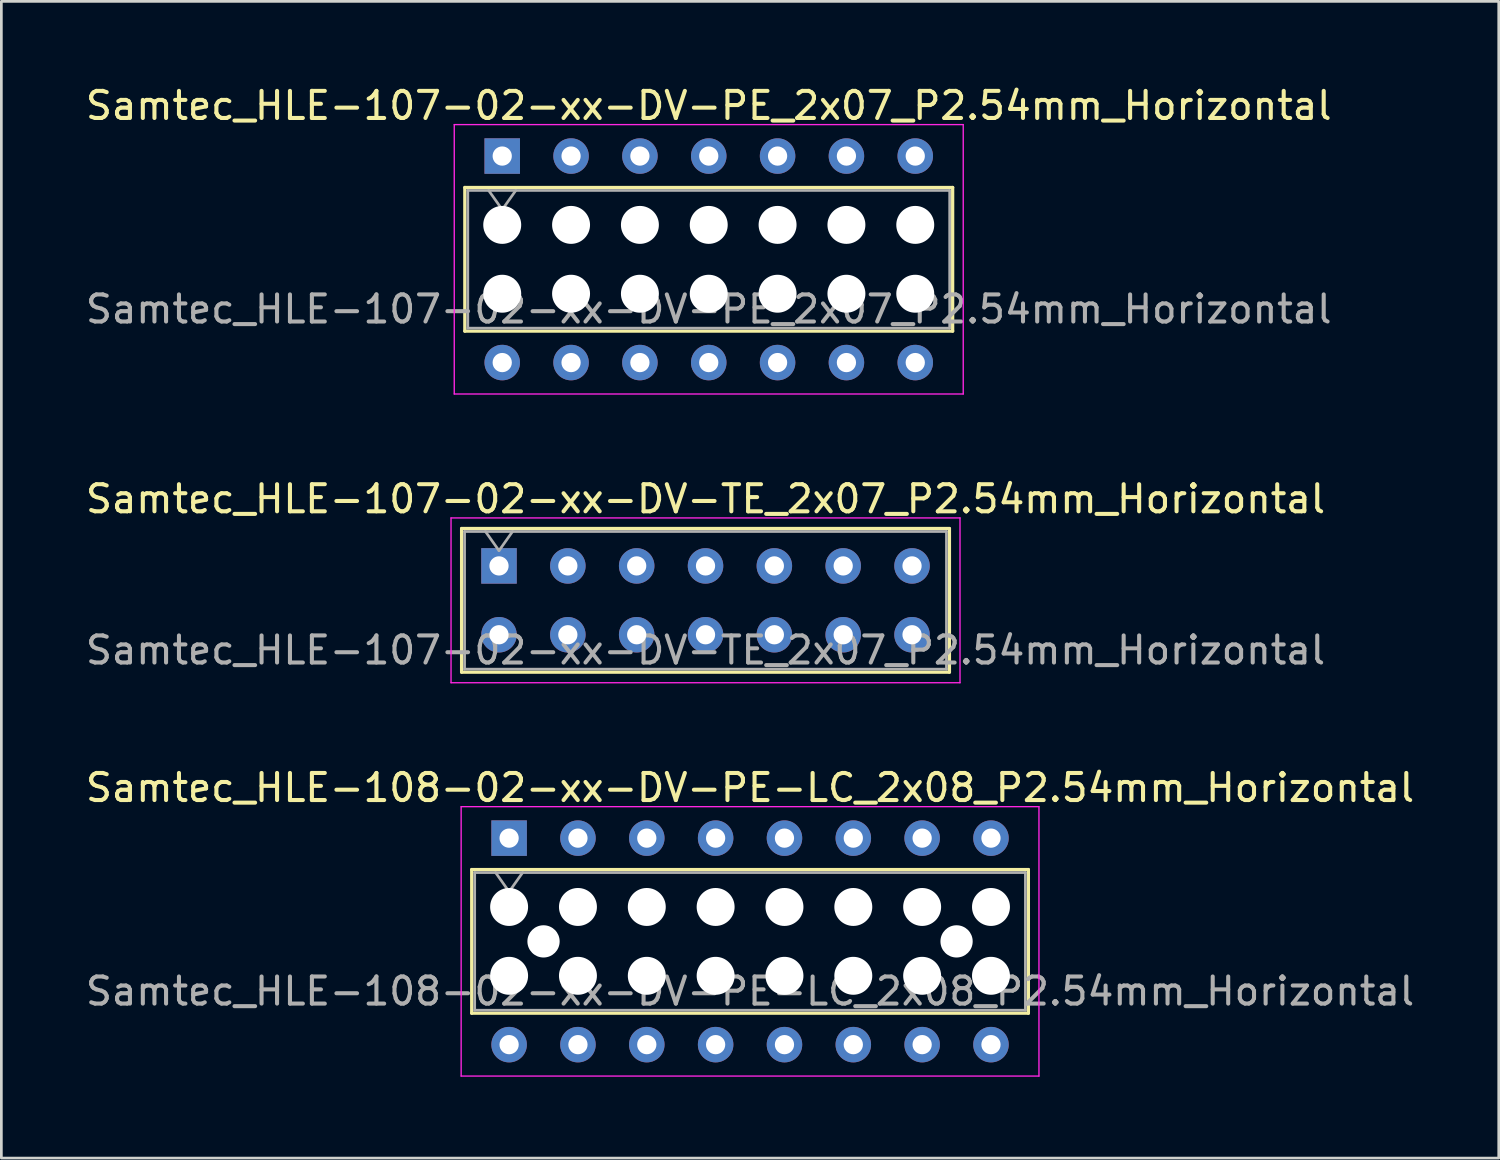
<source format=kicad_pcb>
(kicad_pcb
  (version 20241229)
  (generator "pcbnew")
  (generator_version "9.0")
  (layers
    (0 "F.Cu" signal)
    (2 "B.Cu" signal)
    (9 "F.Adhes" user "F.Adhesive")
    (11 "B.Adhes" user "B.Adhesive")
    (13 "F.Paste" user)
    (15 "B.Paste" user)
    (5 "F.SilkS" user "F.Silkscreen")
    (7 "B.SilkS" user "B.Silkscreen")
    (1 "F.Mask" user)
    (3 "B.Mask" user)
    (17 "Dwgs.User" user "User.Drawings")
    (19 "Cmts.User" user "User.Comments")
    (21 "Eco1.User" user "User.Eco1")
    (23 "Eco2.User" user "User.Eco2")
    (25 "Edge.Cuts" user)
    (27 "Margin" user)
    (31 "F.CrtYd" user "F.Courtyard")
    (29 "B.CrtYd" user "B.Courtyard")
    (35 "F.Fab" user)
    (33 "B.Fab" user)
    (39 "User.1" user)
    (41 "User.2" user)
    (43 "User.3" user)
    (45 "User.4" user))
  (footprint "Samtec_HLE-108-02-xx-DV-PE-LC_2x08_P2.54mm_Horizontal"
    (layer "F.Cu")
    (at 15.735 27.875)
    (property "Reference" "Samtec_HLE-108-02-xx-DV-PE-LC_2x08_P2.54mm_Horizontal" (at 8.89 -1.86 0) (layer "F.SilkS") (effects (font (size 1 1) (thickness 0.15))))
    (attr through_hole)
    (fp_line (start -1.38 1.16) (end 19.16 1.16) (stroke (width 0.12) (type solid)) (layer "F.SilkS"))
    (fp_line (start -1.38 6.46) (end -1.38 1.16) (stroke (width 0.12) (type solid)) (layer "F.SilkS"))
    (fp_line (start 19.16 1.16) (end 19.16 6.46) (stroke (width 0.12) (type solid)) (layer "F.SilkS"))
    (fp_line (start 19.16 6.46) (end -1.38 6.46) (stroke (width 0.12) (type solid)) (layer "F.SilkS"))
    (fp_line (start -1.77 -1.16) (end 19.55 -1.16) (stroke (width 0.05) (type solid)) (layer "F.CrtYd"))
    (fp_line (start -1.77 8.78) (end -1.77 -1.16) (stroke (width 0.05) (type solid)) (layer "F.CrtYd"))
    (fp_line (start 19.55 -1.16) (end 19.55 8.78) (stroke (width 0.05) (type solid)) (layer "F.CrtYd"))
    (fp_line (start 19.55 8.78) (end -1.77 8.78) (stroke (width 0.05) (type solid)) (layer "F.CrtYd"))
    (fp_line (start -1.27 1.27) (end 19.05 1.27) (stroke (width 0.1) (type solid)) (layer "F.Fab"))
    (fp_line (start -1.27 6.35) (end -1.27 1.27) (stroke (width 0.1) (type solid)) (layer "F.Fab"))
    (fp_line (start -0.5 1.27) (end 0 1.977) (stroke (width 0.1) (type solid)) (layer "F.Fab"))
    (fp_line (start 0 1.977) (end 0.5 1.27) (stroke (width 0.1) (type solid)) (layer "F.Fab"))
    (fp_line (start 19.05 1.27) (end 19.05 6.35) (stroke (width 0.1) (type solid)) (layer "F.Fab"))
    (fp_line (start 19.05 6.35) (end -1.27 6.35) (stroke (width 0.1) (type solid)) (layer "F.Fab"))
    (fp_text user "${REFERENCE}" (at 8.89 5.65 0) (layer "F.Fab") (effects (font (size 1 1) (thickness 0.15))))
    (pad "" np_thru_hole circle (at 0 2.54) (size 1.4 1.4) (drill 1.4) (layers "*.Cu" "*.Mask"))
    (pad "" np_thru_hole circle (at 0 5.08) (size 1.4 1.4) (drill 1.4) (layers "*.Cu" "*.Mask"))
    (pad "" np_thru_hole circle (at 1.27 3.81) (size 1.19 1.19) (drill 1.19) (layers "*.Cu" "*.Mask"))
    (pad "" np_thru_hole circle (at 2.54 2.54) (size 1.4 1.4) (drill 1.4) (layers "*.Cu" "*.Mask"))
    (pad "" np_thru_hole circle (at 2.54 5.08) (size 1.4 1.4) (drill 1.4) (layers "*.Cu" "*.Mask"))
    (pad "" np_thru_hole circle (at 5.08 2.54) (size 1.4 1.4) (drill 1.4) (layers "*.Cu" "*.Mask"))
    (pad "" np_thru_hole circle (at 5.08 5.08) (size 1.4 1.4) (drill 1.4) (layers "*.Cu" "*.Mask"))
    (pad "" np_thru_hole circle (at 7.62 2.54) (size 1.4 1.4) (drill 1.4) (layers "*.Cu" "*.Mask"))
    (pad "" np_thru_hole circle (at 7.62 5.08) (size 1.4 1.4) (drill 1.4) (layers "*.Cu" "*.Mask"))
    (pad "" np_thru_hole circle (at 10.16 2.54) (size 1.4 1.4) (drill 1.4) (layers "*.Cu" "*.Mask"))
    (pad "" np_thru_hole circle (at 10.16 5.08) (size 1.4 1.4) (drill 1.4) (layers "*.Cu" "*.Mask"))
    (pad "" np_thru_hole circle (at 12.7 2.54) (size 1.4 1.4) (drill 1.4) (layers "*.Cu" "*.Mask"))
    (pad "" np_thru_hole circle (at 12.7 5.08) (size 1.4 1.4) (drill 1.4) (layers "*.Cu" "*.Mask"))
    (pad "" np_thru_hole circle (at 15.24 2.54) (size 1.4 1.4) (drill 1.4) (layers "*.Cu" "*.Mask"))
    (pad "" np_thru_hole circle (at 15.24 5.08) (size 1.4 1.4) (drill 1.4) (layers "*.Cu" "*.Mask"))
    (pad "" np_thru_hole circle (at 16.51 3.81) (size 1.19 1.19) (drill 1.19) (layers "*.Cu" "*.Mask"))
    (pad "" np_thru_hole circle (at 17.78 2.54) (size 1.4 1.4) (drill 1.4) (layers "*.Cu" "*.Mask"))
    (pad "" np_thru_hole circle (at 17.78 5.08) (size 1.4 1.4) (drill 1.4) (layers "*.Cu" "*.Mask"))
    (pad "1" thru_hole rect (at 0 0) (size 1.31 1.31) (drill 0.71) (layers "*.Cu" "*.Mask"))
    (pad "2" thru_hole circle (at 0 7.62) (size 1.31 1.31) (drill 0.71) (layers "*.Cu" "*.Mask"))
    (pad "3" thru_hole circle (at 2.54 0) (size 1.31 1.31) (drill 0.71) (layers "*.Cu" "*.Mask"))
    (pad "4" thru_hole circle (at 2.54 7.62) (size 1.31 1.31) (drill 0.71) (layers "*.Cu" "*.Mask"))
    (pad "5" thru_hole circle (at 5.08 0) (size 1.31 1.31) (drill 0.71) (layers "*.Cu" "*.Mask"))
    (pad "6" thru_hole circle (at 5.08 7.62) (size 1.31 1.31) (drill 0.71) (layers "*.Cu" "*.Mask"))
    (pad "7" thru_hole circle (at 7.62 0) (size 1.31 1.31) (drill 0.71) (layers "*.Cu" "*.Mask"))
    (pad "8" thru_hole circle (at 7.62 7.62) (size 1.31 1.31) (drill 0.71) (layers "*.Cu" "*.Mask"))
    (pad "9" thru_hole circle (at 10.16 0) (size 1.31 1.31) (drill 0.71) (layers "*.Cu" "*.Mask"))
    (pad "10" thru_hole circle (at 10.16 7.62) (size 1.31 1.31) (drill 0.71) (layers "*.Cu" "*.Mask"))
    (pad "11" thru_hole circle (at 12.7 0) (size 1.31 1.31) (drill 0.71) (layers "*.Cu" "*.Mask"))
    (pad "12" thru_hole circle (at 12.7 7.62) (size 1.31 1.31) (drill 0.71) (layers "*.Cu" "*.Mask"))
    (pad "13" thru_hole circle (at 15.24 0) (size 1.31 1.31) (drill 0.71) (layers "*.Cu" "*.Mask"))
    (pad "14" thru_hole circle (at 15.24 7.62) (size 1.31 1.31) (drill 0.71) (layers "*.Cu" "*.Mask"))
    (pad "15" thru_hole circle (at 17.78 0) (size 1.31 1.31) (drill 0.71) (layers "*.Cu" "*.Mask"))
    (pad "16" thru_hole circle (at 17.78 7.62) (size 1.31 1.31) (drill 0.71) (layers "*.Cu" "*.Mask")))
  (footprint "Samtec_HLE-107-02-xx-DV-PE_2x07_P2.54mm_Horizontal"
    (layer "F.Cu")
    (at 15.481 2.708)
    (property "Reference" "Samtec_HLE-107-02-xx-DV-PE_2x07_P2.54mm_Horizontal" (at 7.62 -1.86 0) (layer "F.SilkS") (effects (font (size 1 1) (thickness 0.15))))
    (attr through_hole)
    (fp_line (start -1.38 1.16) (end 16.62 1.16) (stroke (width 0.12) (type solid)) (layer "F.SilkS"))
    (fp_line (start -1.38 6.46) (end -1.38 1.16) (stroke (width 0.12) (type solid)) (layer "F.SilkS"))
    (fp_line (start 16.62 1.16) (end 16.62 6.46) (stroke (width 0.12) (type solid)) (layer "F.SilkS"))
    (fp_line (start 16.62 6.46) (end -1.38 6.46) (stroke (width 0.12) (type solid)) (layer "F.SilkS"))
    (fp_line (start -1.77 -1.16) (end 17.01 -1.16) (stroke (width 0.05) (type solid)) (layer "F.CrtYd"))
    (fp_line (start -1.77 8.78) (end -1.77 -1.16) (stroke (width 0.05) (type solid)) (layer "F.CrtYd"))
    (fp_line (start 17.01 -1.16) (end 17.01 8.78) (stroke (width 0.05) (type solid)) (layer "F.CrtYd"))
    (fp_line (start 17.01 8.78) (end -1.77 8.78) (stroke (width 0.05) (type solid)) (layer "F.CrtYd"))
    (fp_line (start -1.27 1.27) (end 16.51 1.27) (stroke (width 0.1) (type solid)) (layer "F.Fab"))
    (fp_line (start -1.27 6.35) (end -1.27 1.27) (stroke (width 0.1) (type solid)) (layer "F.Fab"))
    (fp_line (start -0.5 1.27) (end 0 1.977) (stroke (width 0.1) (type solid)) (layer "F.Fab"))
    (fp_line (start 0 1.977) (end 0.5 1.27) (stroke (width 0.1) (type solid)) (layer "F.Fab"))
    (fp_line (start 16.51 1.27) (end 16.51 6.35) (stroke (width 0.1) (type solid)) (layer "F.Fab"))
    (fp_line (start 16.51 6.35) (end -1.27 6.35) (stroke (width 0.1) (type solid)) (layer "F.Fab"))
    (fp_text user "${REFERENCE}" (at 7.62 5.65 0) (layer "F.Fab") (effects (font (size 1 1) (thickness 0.15))))
    (pad "" np_thru_hole circle (at 0 2.54) (size 1.4 1.4) (drill 1.4) (layers "*.Cu" "*.Mask"))
    (pad "" np_thru_hole circle (at 0 5.08) (size 1.4 1.4) (drill 1.4) (layers "*.Cu" "*.Mask"))
    (pad "" np_thru_hole circle (at 2.54 2.54) (size 1.4 1.4) (drill 1.4) (layers "*.Cu" "*.Mask"))
    (pad "" np_thru_hole circle (at 2.54 5.08) (size 1.4 1.4) (drill 1.4) (layers "*.Cu" "*.Mask"))
    (pad "" np_thru_hole circle (at 5.08 2.54) (size 1.4 1.4) (drill 1.4) (layers "*.Cu" "*.Mask"))
    (pad "" np_thru_hole circle (at 5.08 5.08) (size 1.4 1.4) (drill 1.4) (layers "*.Cu" "*.Mask"))
    (pad "" np_thru_hole circle (at 7.62 2.54) (size 1.4 1.4) (drill 1.4) (layers "*.Cu" "*.Mask"))
    (pad "" np_thru_hole circle (at 7.62 5.08) (size 1.4 1.4) (drill 1.4) (layers "*.Cu" "*.Mask"))
    (pad "" np_thru_hole circle (at 10.16 2.54) (size 1.4 1.4) (drill 1.4) (layers "*.Cu" "*.Mask"))
    (pad "" np_thru_hole circle (at 10.16 5.08) (size 1.4 1.4) (drill 1.4) (layers "*.Cu" "*.Mask"))
    (pad "" np_thru_hole circle (at 12.7 2.54) (size 1.4 1.4) (drill 1.4) (layers "*.Cu" "*.Mask"))
    (pad "" np_thru_hole circle (at 12.7 5.08) (size 1.4 1.4) (drill 1.4) (layers "*.Cu" "*.Mask"))
    (pad "" np_thru_hole circle (at 15.24 2.54) (size 1.4 1.4) (drill 1.4) (layers "*.Cu" "*.Mask"))
    (pad "" np_thru_hole circle (at 15.24 5.08) (size 1.4 1.4) (drill 1.4) (layers "*.Cu" "*.Mask"))
    (pad "1" thru_hole rect (at 0 0) (size 1.31 1.31) (drill 0.71) (layers "*.Cu" "*.Mask"))
    (pad "2" thru_hole circle (at 0 7.62) (size 1.31 1.31) (drill 0.71) (layers "*.Cu" "*.Mask"))
    (pad "3" thru_hole circle (at 2.54 0) (size 1.31 1.31) (drill 0.71) (layers "*.Cu" "*.Mask"))
    (pad "4" thru_hole circle (at 2.54 7.62) (size 1.31 1.31) (drill 0.71) (layers "*.Cu" "*.Mask"))
    (pad "5" thru_hole circle (at 5.08 0) (size 1.31 1.31) (drill 0.71) (layers "*.Cu" "*.Mask"))
    (pad "6" thru_hole circle (at 5.08 7.62) (size 1.31 1.31) (drill 0.71) (layers "*.Cu" "*.Mask"))
    (pad "7" thru_hole circle (at 7.62 0) (size 1.31 1.31) (drill 0.71) (layers "*.Cu" "*.Mask"))
    (pad "8" thru_hole circle (at 7.62 7.62) (size 1.31 1.31) (drill 0.71) (layers "*.Cu" "*.Mask"))
    (pad "9" thru_hole circle (at 10.16 0) (size 1.31 1.31) (drill 0.71) (layers "*.Cu" "*.Mask"))
    (pad "10" thru_hole circle (at 10.16 7.62) (size 1.31 1.31) (drill 0.71) (layers "*.Cu" "*.Mask"))
    (pad "11" thru_hole circle (at 12.7 0) (size 1.31 1.31) (drill 0.71) (layers "*.Cu" "*.Mask"))
    (pad "12" thru_hole circle (at 12.7 7.62) (size 1.31 1.31) (drill 0.71) (layers "*.Cu" "*.Mask"))
    (pad "13" thru_hole circle (at 15.24 0) (size 1.31 1.31) (drill 0.71) (layers "*.Cu" "*.Mask"))
    (pad "14" thru_hole circle (at 15.24 7.62) (size 1.31 1.31) (drill 0.71) (layers "*.Cu" "*.Mask")))
  (footprint "Samtec_HLE-107-02-xx-DV-TE_2x07_P2.54mm_Horizontal"
    (layer "F.Cu")
    (at 15.362 17.831)
    (property "Reference" "Samtec_HLE-107-02-xx-DV-TE_2x07_P2.54mm_Horizontal" (at 7.62 -2.47 0) (layer "F.SilkS") (effects (font (size 1 1) (thickness 0.15))))
    (attr through_hole)
    (fp_line (start -1.38 -1.38) (end 16.62 -1.38) (stroke (width 0.12) (type solid)) (layer "F.SilkS"))
    (fp_line (start -1.38 3.92) (end -1.38 -1.38) (stroke (width 0.12) (type solid)) (layer "F.SilkS"))
    (fp_line (start 16.62 -1.38) (end 16.62 3.92) (stroke (width 0.12) (type solid)) (layer "F.SilkS"))
    (fp_line (start 16.62 3.92) (end -1.38 3.92) (stroke (width 0.12) (type solid)) (layer "F.SilkS"))
    (fp_line (start -1.77 -1.77) (end 17.01 -1.77) (stroke (width 0.05) (type solid)) (layer "F.CrtYd"))
    (fp_line (start -1.77 4.31) (end -1.77 -1.77) (stroke (width 0.05) (type solid)) (layer "F.CrtYd"))
    (fp_line (start 17.01 -1.77) (end 17.01 4.31) (stroke (width 0.05) (type solid)) (layer "F.CrtYd"))
    (fp_line (start 17.01 4.31) (end -1.77 4.31) (stroke (width 0.05) (type solid)) (layer "F.CrtYd"))
    (fp_line (start -1.27 -1.27) (end 16.51 -1.27) (stroke (width 0.1) (type solid)) (layer "F.Fab"))
    (fp_line (start -1.27 3.81) (end -1.27 -1.27) (stroke (width 0.1) (type solid)) (layer "F.Fab"))
    (fp_line (start -0.5 -1.27) (end 0 -0.563) (stroke (width 0.1) (type solid)) (layer "F.Fab"))
    (fp_line (start 0 -0.563) (end 0.5 -1.27) (stroke (width 0.1) (type solid)) (layer "F.Fab"))
    (fp_line (start 16.51 -1.27) (end 16.51 3.81) (stroke (width 0.1) (type solid)) (layer "F.Fab"))
    (fp_line (start 16.51 3.81) (end -1.27 3.81) (stroke (width 0.1) (type solid)) (layer "F.Fab"))
    (fp_text user "${REFERENCE}" (at 7.62 3.11 0) (layer "F.Fab") (effects (font (size 1 1) (thickness 0.15))))
    (pad "1" thru_hole rect (at 0 0) (size 1.31 1.31) (drill 0.71) (layers "*.Cu" "*.Mask"))
    (pad "2" thru_hole circle (at 0 2.54) (size 1.31 1.31) (drill 0.71) (layers "*.Cu" "*.Mask"))
    (pad "3" thru_hole circle (at 2.54 0) (size 1.31 1.31) (drill 0.71) (layers "*.Cu" "*.Mask"))
    (pad "4" thru_hole circle (at 2.54 2.54) (size 1.31 1.31) (drill 0.71) (layers "*.Cu" "*.Mask"))
    (pad "5" thru_hole circle (at 5.08 0) (size 1.31 1.31) (drill 0.71) (layers "*.Cu" "*.Mask"))
    (pad "6" thru_hole circle (at 5.08 2.54) (size 1.31 1.31) (drill 0.71) (layers "*.Cu" "*.Mask"))
    (pad "7" thru_hole circle (at 7.62 0) (size 1.31 1.31) (drill 0.71) (layers "*.Cu" "*.Mask"))
    (pad "8" thru_hole circle (at 7.62 2.54) (size 1.31 1.31) (drill 0.71) (layers "*.Cu" "*.Mask"))
    (pad "9" thru_hole circle (at 10.16 0) (size 1.31 1.31) (drill 0.71) (layers "*.Cu" "*.Mask"))
    (pad "10" thru_hole circle (at 10.16 2.54) (size 1.31 1.31) (drill 0.71) (layers "*.Cu" "*.Mask"))
    (pad "11" thru_hole circle (at 12.7 0) (size 1.31 1.31) (drill 0.71) (layers "*.Cu" "*.Mask"))
    (pad "12" thru_hole circle (at 12.7 2.54) (size 1.31 1.31) (drill 0.71) (layers "*.Cu" "*.Mask"))
    (pad "13" thru_hole circle (at 15.24 0) (size 1.31 1.31) (drill 0.71) (layers "*.Cu" "*.Mask"))
    (pad "14" thru_hole circle (at 15.24 2.54) (size 1.31 1.31) (drill 0.71) (layers "*.Cu" "*.Mask")))
  (gr_rect
    (start -3 -3)
    (end 52.25 39.68)
    (stroke (width 0.1) (type default))
    (fill no)
    (layer "Edge.Cuts")))
</source>
